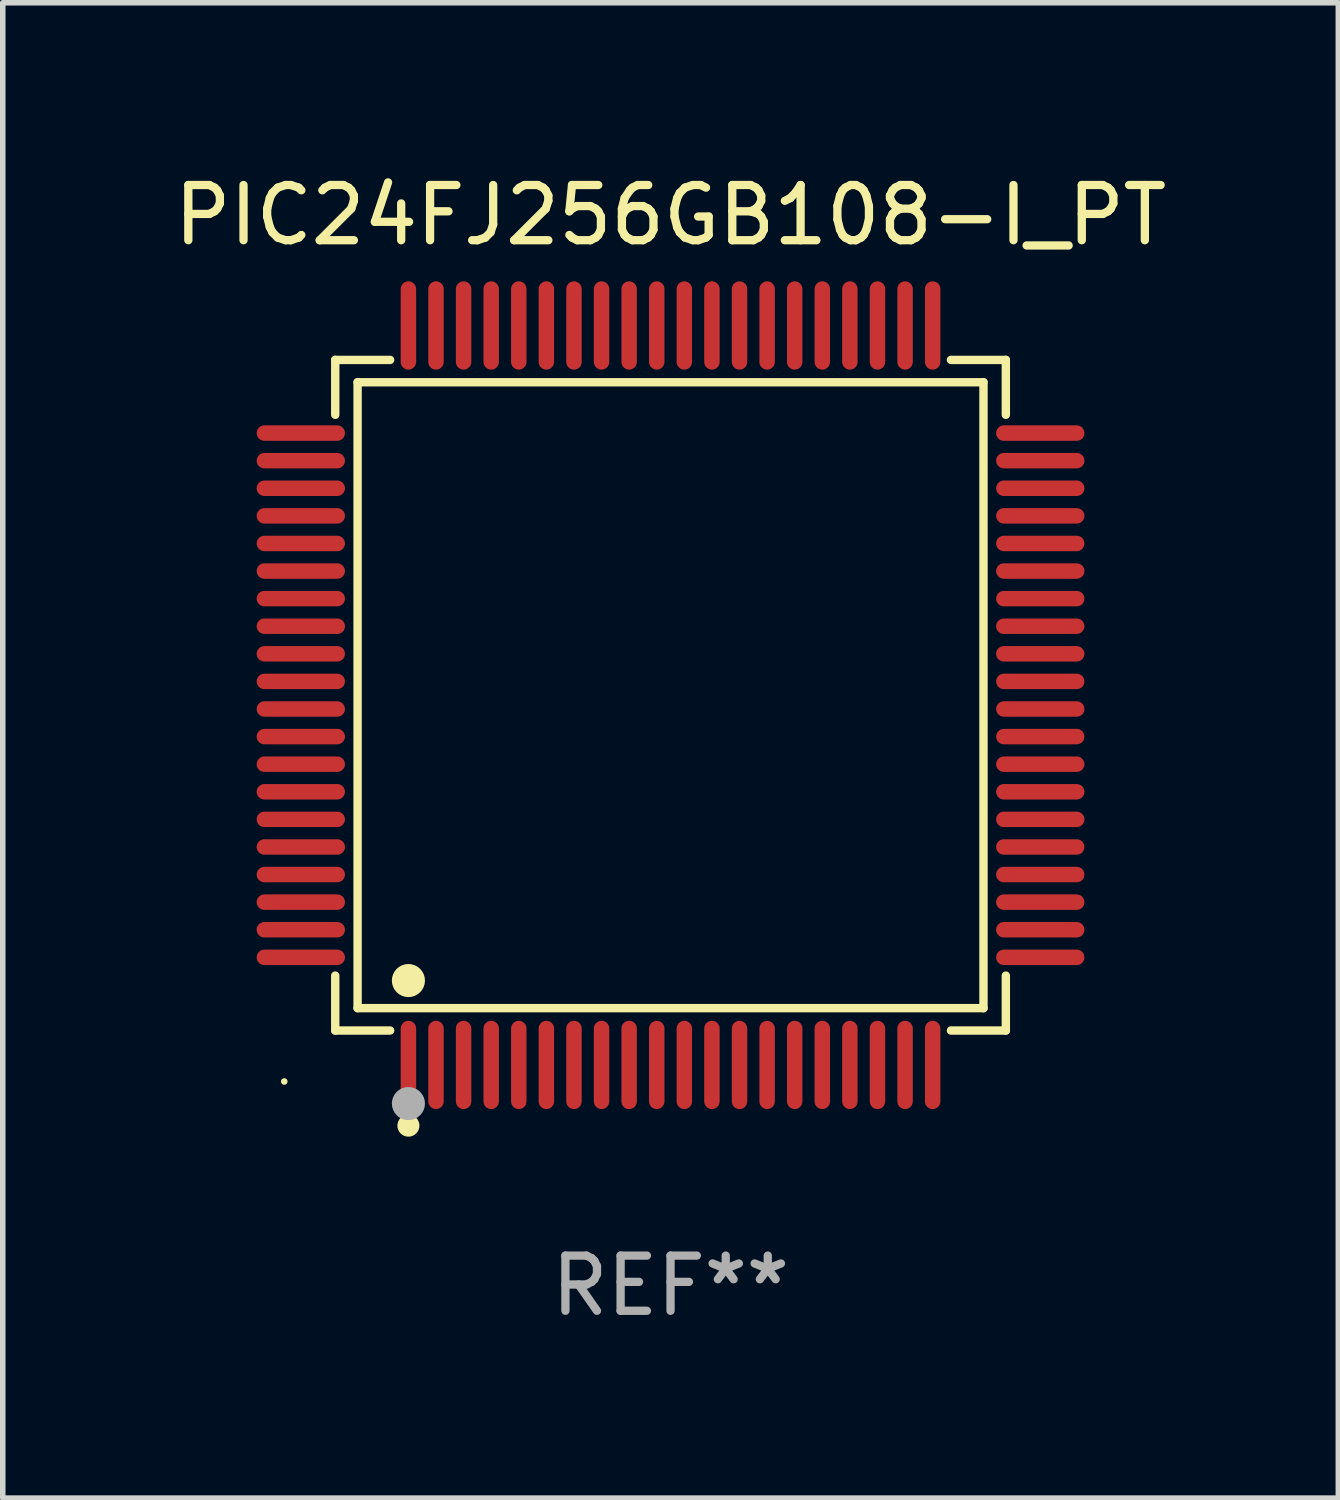
<source format=kicad_pcb>
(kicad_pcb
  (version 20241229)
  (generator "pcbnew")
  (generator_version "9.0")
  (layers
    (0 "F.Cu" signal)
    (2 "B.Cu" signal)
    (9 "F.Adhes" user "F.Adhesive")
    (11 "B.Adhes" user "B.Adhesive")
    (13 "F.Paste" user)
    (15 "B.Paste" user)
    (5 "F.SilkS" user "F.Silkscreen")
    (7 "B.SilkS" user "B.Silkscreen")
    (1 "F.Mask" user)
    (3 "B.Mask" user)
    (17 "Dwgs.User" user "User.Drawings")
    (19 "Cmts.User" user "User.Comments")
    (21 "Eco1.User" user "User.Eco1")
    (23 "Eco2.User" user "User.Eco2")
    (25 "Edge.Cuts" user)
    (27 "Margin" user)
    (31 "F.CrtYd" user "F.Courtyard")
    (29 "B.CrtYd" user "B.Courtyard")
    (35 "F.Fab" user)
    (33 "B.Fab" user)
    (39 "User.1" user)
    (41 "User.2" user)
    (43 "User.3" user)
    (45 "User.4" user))
  (footprint "PIC24FJ256GB108-I_PT"
    (layer "F.Cu")
    (at 9.101 9.548)
    (property "Reference" "PIC24FJ256GB108-I_PT" (at 0 -8.7 0) (layer "F.SilkS") (effects (font (size 1 1) (thickness 0.15))))
    (attr through_hole)
    (fp_line (start -6.076 -6.076) (end -5.081 -6.076) (stroke (width 0.152) (type solid)) (layer "F.SilkS"))
    (fp_line (start -6.076 -5.081) (end -6.076 -6.076) (stroke (width 0.152) (type solid)) (layer "F.SilkS"))
    (fp_line (start -6.076 5.081) (end -6.076 6.076) (stroke (width 0.152) (type solid)) (layer "F.SilkS"))
    (fp_line (start -6.076 6.076) (end -5.081 6.076) (stroke (width 0.152) (type solid)) (layer "F.SilkS"))
    (fp_line (start -5.671 -5.671) (end 5.671 -5.671) (stroke (width 0.152) (type solid)) (layer "F.SilkS"))
    (fp_line (start -5.671 5.671) (end -5.671 -5.671) (stroke (width 0.152) (type solid)) (layer "F.SilkS"))
    (fp_line (start 5.671 -5.671) (end 5.671 5.671) (stroke (width 0.152) (type solid)) (layer "F.SilkS"))
    (fp_line (start 5.671 5.671) (end -5.671 5.671) (stroke (width 0.152) (type solid)) (layer "F.SilkS"))
    (fp_line (start 6.076 -6.076) (end 5.081 -6.076) (stroke (width 0.152) (type solid)) (layer "F.SilkS"))
    (fp_line (start 6.076 -5.081) (end 6.076 -6.076) (stroke (width 0.152) (type solid)) (layer "F.SilkS"))
    (fp_line (start 6.076 5.081) (end 6.076 6.076) (stroke (width 0.152) (type solid)) (layer "F.SilkS"))
    (fp_line (start 6.076 6.076) (end 5.081 6.076) (stroke (width 0.152) (type solid)) (layer "F.SilkS"))
    (fp_circle (center -7 7) (end -6.97 7) (stroke (width 0.06) (type solid)) (fill no) (layer "F.SilkS"))
    (fp_circle (center -4.75 5.171) (end -4.6 5.171) (stroke (width 0.3) (type solid)) (fill no) (layer "F.SilkS"))
    (fp_circle (center -4.75 7.8) (end -4.65 7.8) (stroke (width 0.2) (type solid)) (fill no) (layer "F.SilkS"))
    (fp_circle (center -4.75 7.4) (end -4.6 7.4) (stroke (width 0.3) (type solid)) (fill no) (layer "F.Fab"))
    (fp_text user "REF**" (at 0 10.7 0) (layer "F.Fab") (effects (font (size 1 1) (thickness 0.15))))
    (pad "1" smd oval (at -4.75 6.7) (size 0.28 1.6) (layers "F.Cu" "F.Mask" "F.Paste"))
    (pad "2" smd oval (at -4.25 6.7) (size 0.28 1.6) (layers "F.Cu" "F.Mask" "F.Paste"))
    (pad "3" smd oval (at -3.75 6.7) (size 0.28 1.6) (layers "F.Cu" "F.Mask" "F.Paste"))
    (pad "4" smd oval (at -3.25 6.7) (size 0.28 1.6) (layers "F.Cu" "F.Mask" "F.Paste"))
    (pad "5" smd oval (at -2.75 6.7) (size 0.28 1.6) (layers "F.Cu" "F.Mask" "F.Paste"))
    (pad "6" smd oval (at -2.25 6.7) (size 0.28 1.6) (layers "F.Cu" "F.Mask" "F.Paste"))
    (pad "7" smd oval (at -1.75 6.7) (size 0.28 1.6) (layers "F.Cu" "F.Mask" "F.Paste"))
    (pad "8" smd oval (at -1.25 6.7) (size 0.28 1.6) (layers "F.Cu" "F.Mask" "F.Paste"))
    (pad "9" smd oval (at -0.75 6.7) (size 0.28 1.6) (layers "F.Cu" "F.Mask" "F.Paste"))
    (pad "10" smd oval (at -0.25 6.7) (size 0.28 1.6) (layers "F.Cu" "F.Mask" "F.Paste"))
    (pad "11" smd oval (at 0.25 6.7) (size 0.28 1.6) (layers "F.Cu" "F.Mask" "F.Paste"))
    (pad "12" smd oval (at 0.75 6.7) (size 0.28 1.6) (layers "F.Cu" "F.Mask" "F.Paste"))
    (pad "13" smd oval (at 1.25 6.7) (size 0.28 1.6) (layers "F.Cu" "F.Mask" "F.Paste"))
    (pad "14" smd oval (at 1.75 6.7) (size 0.28 1.6) (layers "F.Cu" "F.Mask" "F.Paste"))
    (pad "15" smd oval (at 2.25 6.7) (size 0.28 1.6) (layers "F.Cu" "F.Mask" "F.Paste"))
    (pad "16" smd oval (at 2.75 6.7) (size 0.28 1.6) (layers "F.Cu" "F.Mask" "F.Paste"))
    (pad "17" smd oval (at 3.25 6.7) (size 0.28 1.6) (layers "F.Cu" "F.Mask" "F.Paste"))
    (pad "18" smd oval (at 3.75 6.7) (size 0.28 1.6) (layers "F.Cu" "F.Mask" "F.Paste"))
    (pad "19" smd oval (at 4.25 6.7) (size 0.28 1.6) (layers "F.Cu" "F.Mask" "F.Paste"))
    (pad "20" smd oval (at 4.75 6.7) (size 0.28 1.6) (layers "F.Cu" "F.Mask" "F.Paste"))
    (pad "21" smd oval (at 6.7 4.75) (size 1.6 0.28) (layers "F.Cu" "F.Mask" "F.Paste"))
    (pad "22" smd oval (at 6.7 4.25) (size 1.6 0.28) (layers "F.Cu" "F.Mask" "F.Paste"))
    (pad "23" smd oval (at 6.7 3.75) (size 1.6 0.28) (layers "F.Cu" "F.Mask" "F.Paste"))
    (pad "24" smd oval (at 6.7 3.25) (size 1.6 0.28) (layers "F.Cu" "F.Mask" "F.Paste"))
    (pad "25" smd oval (at 6.7 2.75) (size 1.6 0.28) (layers "F.Cu" "F.Mask" "F.Paste"))
    (pad "26" smd oval (at 6.7 2.25) (size 1.6 0.28) (layers "F.Cu" "F.Mask" "F.Paste"))
    (pad "27" smd oval (at 6.7 1.75) (size 1.6 0.28) (layers "F.Cu" "F.Mask" "F.Paste"))
    (pad "28" smd oval (at 6.7 1.25) (size 1.6 0.28) (layers "F.Cu" "F.Mask" "F.Paste"))
    (pad "29" smd oval (at 6.7 0.75) (size 1.6 0.28) (layers "F.Cu" "F.Mask" "F.Paste"))
    (pad "30" smd oval (at 6.7 0.25) (size 1.6 0.28) (layers "F.Cu" "F.Mask" "F.Paste"))
    (pad "31" smd oval (at 6.7 -0.25) (size 1.6 0.28) (layers "F.Cu" "F.Mask" "F.Paste"))
    (pad "32" smd oval (at 6.7 -0.75) (size 1.6 0.28) (layers "F.Cu" "F.Mask" "F.Paste"))
    (pad "33" smd oval (at 6.7 -1.25) (size 1.6 0.28) (layers "F.Cu" "F.Mask" "F.Paste"))
    (pad "34" smd oval (at 6.7 -1.75) (size 1.6 0.28) (layers "F.Cu" "F.Mask" "F.Paste"))
    (pad "35" smd oval (at 6.7 -2.25) (size 1.6 0.28) (layers "F.Cu" "F.Mask" "F.Paste"))
    (pad "36" smd oval (at 6.7 -2.75) (size 1.6 0.28) (layers "F.Cu" "F.Mask" "F.Paste"))
    (pad "37" smd oval (at 6.7 -3.25) (size 1.6 0.28) (layers "F.Cu" "F.Mask" "F.Paste"))
    (pad "38" smd oval (at 6.7 -3.75) (size 1.6 0.28) (layers "F.Cu" "F.Mask" "F.Paste"))
    (pad "39" smd oval (at 6.7 -4.25) (size 1.6 0.28) (layers "F.Cu" "F.Mask" "F.Paste"))
    (pad "40" smd oval (at 6.7 -4.75) (size 1.6 0.28) (layers "F.Cu" "F.Mask" "F.Paste"))
    (pad "41" smd oval (at 4.75 -6.7) (size 0.28 1.6) (layers "F.Cu" "F.Mask" "F.Paste"))
    (pad "42" smd oval (at 4.25 -6.7) (size 0.28 1.6) (layers "F.Cu" "F.Mask" "F.Paste"))
    (pad "43" smd oval (at 3.75 -6.7) (size 0.28 1.6) (layers "F.Cu" "F.Mask" "F.Paste"))
    (pad "44" smd oval (at 3.25 -6.7) (size 0.28 1.6) (layers "F.Cu" "F.Mask" "F.Paste"))
    (pad "45" smd oval (at 2.75 -6.7) (size 0.28 1.6) (layers "F.Cu" "F.Mask" "F.Paste"))
    (pad "46" smd oval (at 2.25 -6.7) (size 0.28 1.6) (layers "F.Cu" "F.Mask" "F.Paste"))
    (pad "47" smd oval (at 1.75 -6.7) (size 0.28 1.6) (layers "F.Cu" "F.Mask" "F.Paste"))
    (pad "48" smd oval (at 1.25 -6.7) (size 0.28 1.6) (layers "F.Cu" "F.Mask" "F.Paste"))
    (pad "49" smd oval (at 0.75 -6.7) (size 0.28 1.6) (layers "F.Cu" "F.Mask" "F.Paste"))
    (pad "50" smd oval (at 0.25 -6.7) (size 0.28 1.6) (layers "F.Cu" "F.Mask" "F.Paste"))
    (pad "51" smd oval (at -0.25 -6.7) (size 0.28 1.6) (layers "F.Cu" "F.Mask" "F.Paste"))
    (pad "52" smd oval (at -0.75 -6.7) (size 0.28 1.6) (layers "F.Cu" "F.Mask" "F.Paste"))
    (pad "53" smd oval (at -1.25 -6.7) (size 0.28 1.6) (layers "F.Cu" "F.Mask" "F.Paste"))
    (pad "54" smd oval (at -1.75 -6.7) (size 0.28 1.6) (layers "F.Cu" "F.Mask" "F.Paste"))
    (pad "55" smd oval (at -2.25 -6.7) (size 0.28 1.6) (layers "F.Cu" "F.Mask" "F.Paste"))
    (pad "56" smd oval (at -2.75 -6.7) (size 0.28 1.6) (layers "F.Cu" "F.Mask" "F.Paste"))
    (pad "57" smd oval (at -3.25 -6.7) (size 0.28 1.6) (layers "F.Cu" "F.Mask" "F.Paste"))
    (pad "58" smd oval (at -3.75 -6.7) (size 0.28 1.6) (layers "F.Cu" "F.Mask" "F.Paste"))
    (pad "59" smd oval (at -4.25 -6.7) (size 0.28 1.6) (layers "F.Cu" "F.Mask" "F.Paste"))
    (pad "60" smd oval (at -4.75 -6.7) (size 0.28 1.6) (layers "F.Cu" "F.Mask" "F.Paste"))
    (pad "61" smd oval (at -6.7 -4.75) (size 1.6 0.28) (layers "F.Cu" "F.Mask" "F.Paste"))
    (pad "62" smd oval (at -6.7 -4.25) (size 1.6 0.28) (layers "F.Cu" "F.Mask" "F.Paste"))
    (pad "63" smd oval (at -6.7 -3.75) (size 1.6 0.28) (layers "F.Cu" "F.Mask" "F.Paste"))
    (pad "64" smd oval (at -6.7 -3.25) (size 1.6 0.28) (layers "F.Cu" "F.Mask" "F.Paste"))
    (pad "65" smd oval (at -6.7 -2.75) (size 1.6 0.28) (layers "F.Cu" "F.Mask" "F.Paste"))
    (pad "66" smd oval (at -6.7 -2.25) (size 1.6 0.28) (layers "F.Cu" "F.Mask" "F.Paste"))
    (pad "67" smd oval (at -6.7 -1.75) (size 1.6 0.28) (layers "F.Cu" "F.Mask" "F.Paste"))
    (pad "68" smd oval (at -6.7 -1.25) (size 1.6 0.28) (layers "F.Cu" "F.Mask" "F.Paste"))
    (pad "69" smd oval (at -6.7 -0.75) (size 1.6 0.28) (layers "F.Cu" "F.Mask" "F.Paste"))
    (pad "70" smd oval (at -6.7 -0.25) (size 1.6 0.28) (layers "F.Cu" "F.Mask" "F.Paste"))
    (pad "71" smd oval (at -6.7 0.25) (size 1.6 0.28) (layers "F.Cu" "F.Mask" "F.Paste"))
    (pad "72" smd oval (at -6.7 0.75) (size 1.6 0.28) (layers "F.Cu" "F.Mask" "F.Paste"))
    (pad "73" smd oval (at -6.7 1.25) (size 1.6 0.28) (layers "F.Cu" "F.Mask" "F.Paste"))
    (pad "74" smd oval (at -6.7 1.75) (size 1.6 0.28) (layers "F.Cu" "F.Mask" "F.Paste"))
    (pad "75" smd oval (at -6.7 2.25) (size 1.6 0.28) (layers "F.Cu" "F.Mask" "F.Paste"))
    (pad "76" smd oval (at -6.7 2.75) (size 1.6 0.28) (layers "F.Cu" "F.Mask" "F.Paste"))
    (pad "77" smd oval (at -6.7 3.25) (size 1.6 0.28) (layers "F.Cu" "F.Mask" "F.Paste"))
    (pad "78" smd oval (at -6.7 3.75) (size 1.6 0.28) (layers "F.Cu" "F.Mask" "F.Paste"))
    (pad "79" smd oval (at -6.7 4.25) (size 1.6 0.28) (layers "F.Cu" "F.Mask" "F.Paste"))
    (pad "80" smd oval (at -6.7 4.75) (size 1.6 0.28) (layers "F.Cu" "F.Mask" "F.Paste")))
  (gr_rect
    (start -3 -3)
    (end 21.202 24.097)
    (stroke (width 0.1) (type default))
    (fill no)
    (layer "Edge.Cuts")))
</source>
